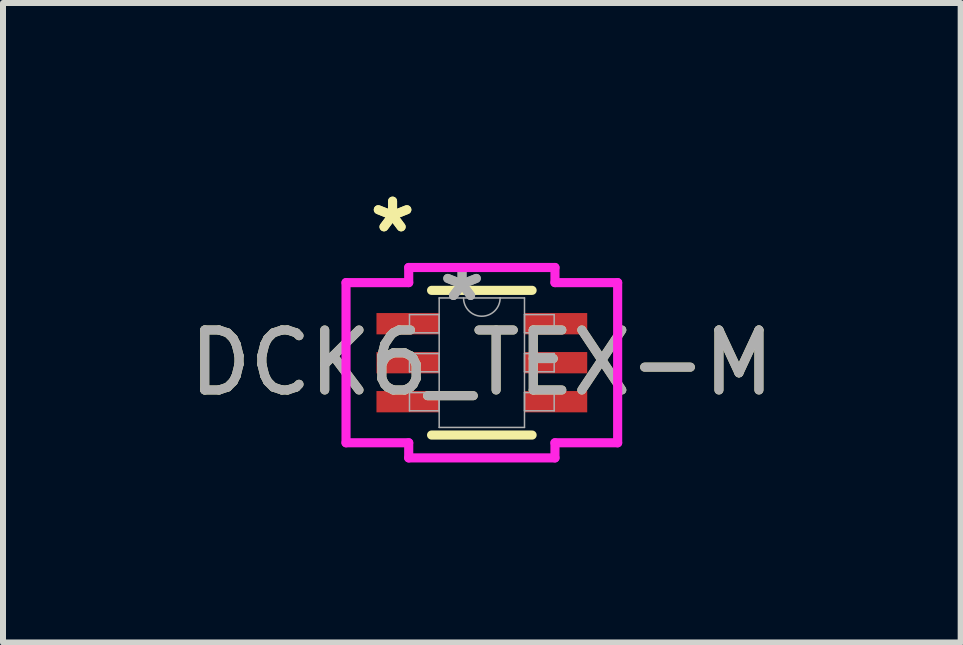
<source format=kicad_pcb>
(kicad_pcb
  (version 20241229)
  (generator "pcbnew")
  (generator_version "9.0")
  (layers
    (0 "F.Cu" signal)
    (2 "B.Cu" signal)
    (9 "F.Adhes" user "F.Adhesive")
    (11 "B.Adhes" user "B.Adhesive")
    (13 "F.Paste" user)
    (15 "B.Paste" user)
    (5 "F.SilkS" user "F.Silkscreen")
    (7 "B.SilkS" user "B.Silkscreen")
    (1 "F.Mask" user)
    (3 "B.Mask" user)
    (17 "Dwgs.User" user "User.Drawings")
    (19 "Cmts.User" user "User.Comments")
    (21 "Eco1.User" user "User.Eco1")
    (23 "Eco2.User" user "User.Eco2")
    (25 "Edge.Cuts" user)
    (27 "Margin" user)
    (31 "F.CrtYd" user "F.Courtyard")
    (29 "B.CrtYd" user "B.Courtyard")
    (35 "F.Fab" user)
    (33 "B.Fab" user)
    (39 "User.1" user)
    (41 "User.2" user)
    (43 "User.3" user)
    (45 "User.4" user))
  (footprint "DCK6_TEX-M"
    (layer "F.Cu")
    (at 4.982 2.996)
    (property "Reference" "DCK6_TEX-M" (at 0 0 0) (unlocked yes) (layer "F.SilkS") (effects (font (size 1 1) (thickness 0.15))))
    (attr smd)
    (fp_line (start -0.838 1.206) (end 0.838 1.206) (stroke (width 0.152) (type solid)) (layer "F.SilkS"))
    (fp_line (start 0.838 -1.206) (end -0.838 -1.206) (stroke (width 0.152) (type solid)) (layer "F.SilkS"))
    (fp_line (start -2.264 -1.335) (end -1.219 -1.335) (stroke (width 0.152) (type solid)) (layer "F.CrtYd"))
    (fp_line (start -2.264 1.335) (end -2.264 -1.335) (stroke (width 0.152) (type solid)) (layer "F.CrtYd"))
    (fp_line (start -2.264 1.335) (end -1.219 1.335) (stroke (width 0.152) (type solid)) (layer "F.CrtYd"))
    (fp_line (start -1.219 -1.587) (end 1.219 -1.587) (stroke (width 0.152) (type solid)) (layer "F.CrtYd"))
    (fp_line (start -1.219 -1.335) (end -1.219 -1.587) (stroke (width 0.152) (type solid)) (layer "F.CrtYd"))
    (fp_line (start -1.219 1.587) (end -1.219 1.335) (stroke (width 0.152) (type solid)) (layer "F.CrtYd"))
    (fp_line (start 1.219 -1.587) (end 1.219 -1.335) (stroke (width 0.152) (type solid)) (layer "F.CrtYd"))
    (fp_line (start 1.219 1.335) (end 1.219 1.587) (stroke (width 0.152) (type solid)) (layer "F.CrtYd"))
    (fp_line (start 1.219 1.587) (end -1.219 1.587) (stroke (width 0.152) (type solid)) (layer "F.CrtYd"))
    (fp_line (start 2.264 -1.335) (end 1.219 -1.335) (stroke (width 0.152) (type solid)) (layer "F.CrtYd"))
    (fp_line (start 2.264 -1.335) (end 2.264 1.335) (stroke (width 0.152) (type solid)) (layer "F.CrtYd"))
    (fp_line (start 2.264 1.335) (end 1.219 1.335) (stroke (width 0.152) (type solid)) (layer "F.CrtYd"))
    (fp_line (start -1.206 -0.802) (end -1.206 -0.498) (stroke (width 0.025) (type solid)) (layer "F.Fab"))
    (fp_line (start -1.206 -0.498) (end -0.711 -0.498) (stroke (width 0.025) (type solid)) (layer "F.Fab"))
    (fp_line (start -1.206 -0.152) (end -1.206 0.152) (stroke (width 0.025) (type solid)) (layer "F.Fab"))
    (fp_line (start -1.206 0.152) (end -0.711 0.152) (stroke (width 0.025) (type solid)) (layer "F.Fab"))
    (fp_line (start -1.206 0.498) (end -1.206 0.802) (stroke (width 0.025) (type solid)) (layer "F.Fab"))
    (fp_line (start -1.206 0.802) (end -0.711 0.802) (stroke (width 0.025) (type solid)) (layer "F.Fab"))
    (fp_line (start -0.711 -1.079) (end -0.711 1.079) (stroke (width 0.025) (type solid)) (layer "F.Fab"))
    (fp_line (start -0.711 -0.802) (end -1.206 -0.802) (stroke (width 0.025) (type solid)) (layer "F.Fab"))
    (fp_line (start -0.711 -0.498) (end -0.711 -0.802) (stroke (width 0.025) (type solid)) (layer "F.Fab"))
    (fp_line (start -0.711 -0.152) (end -1.206 -0.152) (stroke (width 0.025) (type solid)) (layer "F.Fab"))
    (fp_line (start -0.711 0.152) (end -0.711 -0.152) (stroke (width 0.025) (type solid)) (layer "F.Fab"))
    (fp_line (start -0.711 0.498) (end -1.206 0.498) (stroke (width 0.025) (type solid)) (layer "F.Fab"))
    (fp_line (start -0.711 0.802) (end -0.711 0.498) (stroke (width 0.025) (type solid)) (layer "F.Fab"))
    (fp_line (start -0.711 1.079) (end 0.711 1.079) (stroke (width 0.025) (type solid)) (layer "F.Fab"))
    (fp_line (start 0.711 -1.079) (end -0.711 -1.079) (stroke (width 0.025) (type solid)) (layer "F.Fab"))
    (fp_line (start 0.711 -0.802) (end 0.711 -0.498) (stroke (width 0.025) (type solid)) (layer "F.Fab"))
    (fp_line (start 0.711 -0.498) (end 1.206 -0.498) (stroke (width 0.025) (type solid)) (layer "F.Fab"))
    (fp_line (start 0.711 -0.152) (end 0.711 0.152) (stroke (width 0.025) (type solid)) (layer "F.Fab"))
    (fp_line (start 0.711 0.152) (end 1.206 0.152) (stroke (width 0.025) (type solid)) (layer "F.Fab"))
    (fp_line (start 0.711 0.498) (end 0.711 0.802) (stroke (width 0.025) (type solid)) (layer "F.Fab"))
    (fp_line (start 0.711 0.802) (end 1.206 0.802) (stroke (width 0.025) (type solid)) (layer "F.Fab"))
    (fp_line (start 0.711 1.079) (end 0.711 -1.079) (stroke (width 0.025) (type solid)) (layer "F.Fab"))
    (fp_line (start 1.206 -0.802) (end 0.711 -0.802) (stroke (width 0.025) (type solid)) (layer "F.Fab"))
    (fp_line (start 1.206 -0.498) (end 1.206 -0.802) (stroke (width 0.025) (type solid)) (layer "F.Fab"))
    (fp_line (start 1.206 -0.152) (end 0.711 -0.152) (stroke (width 0.025) (type solid)) (layer "F.Fab"))
    (fp_line (start 1.206 0.152) (end 1.206 -0.152) (stroke (width 0.025) (type solid)) (layer "F.Fab"))
    (fp_line (start 1.206 0.498) (end 0.711 0.498) (stroke (width 0.025) (type solid)) (layer "F.Fab"))
    (fp_line (start 1.206 0.802) (end 1.206 0.498) (stroke (width 0.025) (type solid)) (layer "F.Fab"))
    (fp_arc (start 0.3048 -1.0795) (mid 0 -0.7747) (end -0.3048 -1.0795) (stroke (width 0.0254) (type solid)) (layer "F.Fab"))
    (fp_text user "*" (at -1.488 -2.148 0) (unlocked yes) (layer "F.SilkS") (effects (font (size 1 1) (thickness 0.15))))
    (fp_text user "*" (at -1.488 -2.148 0) (layer "F.SilkS") (effects (font (size 1 1) (thickness 0.15))))
    (fp_text user "*" (at -0.33 -1.003 0) (unlocked yes) (layer "F.Fab") (effects (font (size 1 1) (thickness 0.15))))
    (fp_text user "*" (at -0.33 -1.003 0) (layer "F.Fab") (effects (font (size 1 1) (thickness 0.15))))
    (fp_text user "${REFERENCE}" (at 0 0 0) (unlocked yes) (layer "F.Fab") (effects (font (size 1 1) (thickness 0.15))))
    (pad "1" smd rect (at -1.234 -0.65) (size 1.045 0.355) (layers "F.Cu" "F.Mask" "F.Paste"))
    (pad "2" smd rect (at -1.234 0) (size 1.045 0.355) (layers "F.Cu" "F.Mask" "F.Paste"))
    (pad "3" smd rect (at -1.234 0.65) (size 1.045 0.355) (layers "F.Cu" "F.Mask" "F.Paste"))
    (pad "4" smd rect (at 1.234 0.65) (size 1.045 0.355) (layers "F.Cu" "F.Mask" "F.Paste"))
    (pad "5" smd rect (at 1.234 0) (size 1.045 0.355) (layers "F.Cu" "F.Mask" "F.Paste"))
    (pad "6" smd rect (at 1.234 -0.65) (size 1.045 0.355) (layers "F.Cu" "F.Mask" "F.Paste")))
  (gr_rect
    (start -3 -3)
    (end 12.964 7.66)
    (stroke (width 0.1) (type default))
    (fill no)
    (layer "Edge.Cuts")))
</source>
